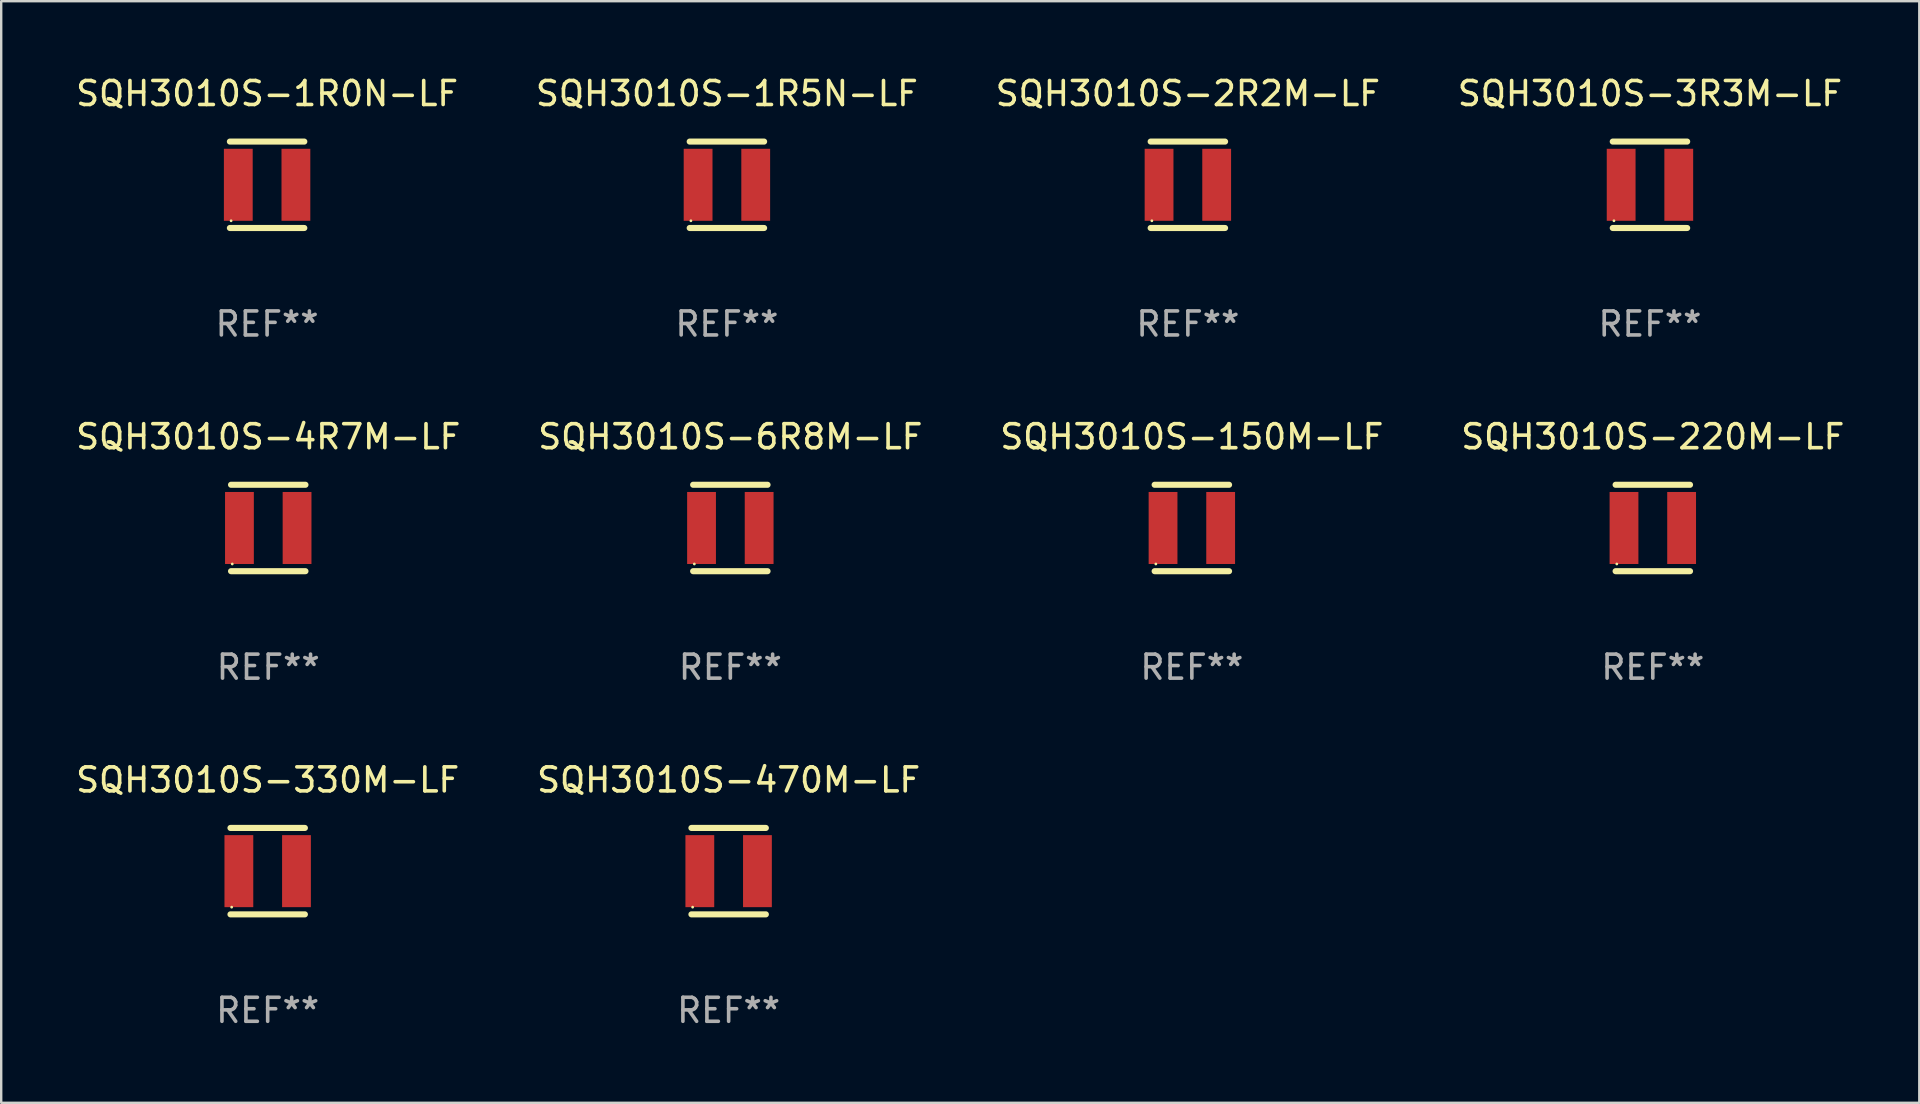
<source format=kicad_pcb>
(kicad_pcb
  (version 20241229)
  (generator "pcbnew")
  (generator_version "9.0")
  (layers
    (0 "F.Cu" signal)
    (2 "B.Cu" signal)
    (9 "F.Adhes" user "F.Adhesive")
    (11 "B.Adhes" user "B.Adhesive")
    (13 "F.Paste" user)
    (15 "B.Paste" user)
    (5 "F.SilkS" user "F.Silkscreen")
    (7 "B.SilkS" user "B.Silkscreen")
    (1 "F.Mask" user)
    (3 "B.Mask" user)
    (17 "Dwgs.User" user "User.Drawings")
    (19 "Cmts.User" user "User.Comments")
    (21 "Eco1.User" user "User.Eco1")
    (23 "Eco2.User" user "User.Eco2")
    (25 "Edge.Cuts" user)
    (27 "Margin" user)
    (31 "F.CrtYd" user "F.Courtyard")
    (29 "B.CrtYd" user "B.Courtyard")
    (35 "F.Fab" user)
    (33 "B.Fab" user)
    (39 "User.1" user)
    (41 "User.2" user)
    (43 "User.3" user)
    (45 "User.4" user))
  (footprint "SQH3010S-6R8M-LF"
    (layer "F.Cu")
    (at 27.375 18.945)
    (property "Reference" "SQH3010S-6R8M-LF" (at 0 -3.8 0) (layer "F.SilkS") (effects (font (size 1 1) (thickness 0.15))))
    (attr through_hole)
    (fp_line (start -1.55 -1.8) (end 1.55 -1.8) (stroke (width 0.254) (type solid)) (layer "F.SilkS"))
    (fp_line (start -1.55 1.8) (end 1.55 1.8) (stroke (width 0.254) (type solid)) (layer "F.SilkS"))
    (fp_circle (center -1.5 1.5) (end -1.47 1.5) (stroke (width 0.06) (type solid)) (fill no) (layer "F.SilkS"))
    (fp_text user "REF**" (at 0 5.8 0) (layer "F.Fab") (effects (font (size 1 1) (thickness 0.15))))
    (pad "1" smd rect (at -1.2 0 90) (size 3 1.2) (layers "F.Cu" "F.Mask" "F.Paste"))
    (pad "2" smd rect (at 1.2 0 90) (size 3 1.2) (layers "F.Cu" "F.Mask" "F.Paste")))
  (footprint "SQH3010S-220M-LF"
    (layer "F.Cu")
    (at 65.804 18.945)
    (property "Reference" "SQH3010S-220M-LF" (at 0 -3.8 0) (layer "F.SilkS") (effects (font (size 1 1) (thickness 0.15))))
    (attr through_hole)
    (fp_line (start -1.55 -1.8) (end 1.55 -1.8) (stroke (width 0.254) (type solid)) (layer "F.SilkS"))
    (fp_line (start -1.55 1.8) (end 1.55 1.8) (stroke (width 0.254) (type solid)) (layer "F.SilkS"))
    (fp_circle (center -1.5 1.5) (end -1.47 1.5) (stroke (width 0.06) (type solid)) (fill no) (layer "F.SilkS"))
    (fp_text user "REF**" (at 0 5.8 0) (layer "F.Fab") (effects (font (size 1 1) (thickness 0.15))))
    (pad "1" smd rect (at -1.2 0 90) (size 3 1.2) (layers "F.Cu" "F.Mask" "F.Paste"))
    (pad "2" smd rect (at 1.2 0 90) (size 3 1.2) (layers "F.Cu" "F.Mask" "F.Paste")))
  (footprint "SQH3010S-470M-LF"
    (layer "F.Cu")
    (at 27.304 33.241)
    (property "Reference" "SQH3010S-470M-LF" (at 0 -3.8 0) (layer "F.SilkS") (effects (font (size 1 1) (thickness 0.15))))
    (attr through_hole)
    (fp_line (start -1.55 -1.8) (end 1.55 -1.8) (stroke (width 0.254) (type solid)) (layer "F.SilkS"))
    (fp_line (start -1.55 1.8) (end 1.55 1.8) (stroke (width 0.254) (type solid)) (layer "F.SilkS"))
    (fp_circle (center -1.5 1.5) (end -1.47 1.5) (stroke (width 0.06) (type solid)) (fill no) (layer "F.SilkS"))
    (fp_text user "REF**" (at 0 5.8 0) (layer "F.Fab") (effects (font (size 1 1) (thickness 0.15))))
    (pad "1" smd rect (at -1.2 0 90) (size 3 1.2) (layers "F.Cu" "F.Mask" "F.Paste"))
    (pad "2" smd rect (at 1.2 0 90) (size 3 1.2) (layers "F.Cu" "F.Mask" "F.Paste")))
  (footprint "SQH3010S-1R0N-LF"
    (layer "F.Cu")
    (at 8.077 4.648)
    (property "Reference" "SQH3010S-1R0N-LF" (at 0 -3.8 0) (layer "F.SilkS") (effects (font (size 1 1) (thickness 0.15))))
    (attr through_hole)
    (fp_line (start -1.55 -1.8) (end 1.55 -1.8) (stroke (width 0.254) (type solid)) (layer "F.SilkS"))
    (fp_line (start -1.55 1.8) (end 1.55 1.8) (stroke (width 0.254) (type solid)) (layer "F.SilkS"))
    (fp_circle (center -1.5 1.5) (end -1.47 1.5) (stroke (width 0.06) (type solid)) (fill no) (layer "F.SilkS"))
    (fp_text user "REF**" (at 0 5.8 0) (layer "F.Fab") (effects (font (size 1 1) (thickness 0.15))))
    (pad "1" smd rect (at -1.2 0 90) (size 3 1.2) (layers "F.Cu" "F.Mask" "F.Paste"))
    (pad "2" smd rect (at 1.2 0 90) (size 3 1.2) (layers "F.Cu" "F.Mask" "F.Paste")))
  (footprint "SQH3010S-2R2M-LF"
    (layer "F.Cu")
    (at 46.435 4.648)
    (property "Reference" "SQH3010S-2R2M-LF" (at 0 -3.8 0) (layer "F.SilkS") (effects (font (size 1 1) (thickness 0.15))))
    (attr through_hole)
    (fp_line (start -1.55 -1.8) (end 1.55 -1.8) (stroke (width 0.254) (type solid)) (layer "F.SilkS"))
    (fp_line (start -1.55 1.8) (end 1.55 1.8) (stroke (width 0.254) (type solid)) (layer "F.SilkS"))
    (fp_circle (center -1.5 1.5) (end -1.47 1.5) (stroke (width 0.06) (type solid)) (fill no) (layer "F.SilkS"))
    (fp_text user "REF**" (at 0 5.8 0) (layer "F.Fab") (effects (font (size 1 1) (thickness 0.15))))
    (pad "1" smd rect (at -1.2 0 90) (size 3 1.2) (layers "F.Cu" "F.Mask" "F.Paste"))
    (pad "2" smd rect (at 1.2 0 90) (size 3 1.2) (layers "F.Cu" "F.Mask" "F.Paste")))
  (footprint "SQH3010S-1R5N-LF"
    (layer "F.Cu")
    (at 27.232 4.648)
    (property "Reference" "SQH3010S-1R5N-LF" (at 0 -3.8 0) (layer "F.SilkS") (effects (font (size 1 1) (thickness 0.15))))
    (attr through_hole)
    (fp_line (start -1.55 -1.8) (end 1.55 -1.8) (stroke (width 0.254) (type solid)) (layer "F.SilkS"))
    (fp_line (start -1.55 1.8) (end 1.55 1.8) (stroke (width 0.254) (type solid)) (layer "F.SilkS"))
    (fp_circle (center -1.5 1.5) (end -1.47 1.5) (stroke (width 0.06) (type solid)) (fill no) (layer "F.SilkS"))
    (fp_text user "REF**" (at 0 5.8 0) (layer "F.Fab") (effects (font (size 1 1) (thickness 0.15))))
    (pad "1" smd rect (at -1.2 0 90) (size 3 1.2) (layers "F.Cu" "F.Mask" "F.Paste"))
    (pad "2" smd rect (at 1.2 0 90) (size 3 1.2) (layers "F.Cu" "F.Mask" "F.Paste")))
  (footprint "SQH3010S-3R3M-LF"
    (layer "F.Cu")
    (at 65.685 4.648)
    (property "Reference" "SQH3010S-3R3M-LF" (at 0 -3.8 0) (layer "F.SilkS") (effects (font (size 1 1) (thickness 0.15))))
    (attr through_hole)
    (fp_line (start -1.55 -1.8) (end 1.55 -1.8) (stroke (width 0.254) (type solid)) (layer "F.SilkS"))
    (fp_line (start -1.55 1.8) (end 1.55 1.8) (stroke (width 0.254) (type solid)) (layer "F.SilkS"))
    (fp_circle (center -1.5 1.5) (end -1.47 1.5) (stroke (width 0.06) (type solid)) (fill no) (layer "F.SilkS"))
    (fp_text user "REF**" (at 0 5.8 0) (layer "F.Fab") (effects (font (size 1 1) (thickness 0.15))))
    (pad "1" smd rect (at -1.2 0 90) (size 3 1.2) (layers "F.Cu" "F.Mask" "F.Paste"))
    (pad "2" smd rect (at 1.2 0 90) (size 3 1.2) (layers "F.Cu" "F.Mask" "F.Paste")))
  (footprint "SQH3010S-4R7M-LF"
    (layer "F.Cu")
    (at 8.125 18.945)
    (property "Reference" "SQH3010S-4R7M-LF" (at 0 -3.8 0) (layer "F.SilkS") (effects (font (size 1 1) (thickness 0.15))))
    (attr through_hole)
    (fp_line (start -1.55 -1.8) (end 1.55 -1.8) (stroke (width 0.254) (type solid)) (layer "F.SilkS"))
    (fp_line (start -1.55 1.8) (end 1.55 1.8) (stroke (width 0.254) (type solid)) (layer "F.SilkS"))
    (fp_circle (center -1.5 1.5) (end -1.47 1.5) (stroke (width 0.06) (type solid)) (fill no) (layer "F.SilkS"))
    (fp_text user "REF**" (at 0 5.8 0) (layer "F.Fab") (effects (font (size 1 1) (thickness 0.15))))
    (pad "1" smd rect (at -1.2 0 90) (size 3 1.2) (layers "F.Cu" "F.Mask" "F.Paste"))
    (pad "2" smd rect (at 1.2 0 90) (size 3 1.2) (layers "F.Cu" "F.Mask" "F.Paste")))
  (footprint "SQH3010S-150M-LF"
    (layer "F.Cu")
    (at 46.601 18.945)
    (property "Reference" "SQH3010S-150M-LF" (at 0 -3.8 0) (layer "F.SilkS") (effects (font (size 1 1) (thickness 0.15))))
    (attr through_hole)
    (fp_line (start -1.55 -1.8) (end 1.55 -1.8) (stroke (width 0.254) (type solid)) (layer "F.SilkS"))
    (fp_line (start -1.55 1.8) (end 1.55 1.8) (stroke (width 0.254) (type solid)) (layer "F.SilkS"))
    (fp_circle (center -1.5 1.5) (end -1.47 1.5) (stroke (width 0.06) (type solid)) (fill no) (layer "F.SilkS"))
    (fp_text user "REF**" (at 0 5.8 0) (layer "F.Fab") (effects (font (size 1 1) (thickness 0.15))))
    (pad "1" smd rect (at -1.2 0 90) (size 3 1.2) (layers "F.Cu" "F.Mask" "F.Paste"))
    (pad "2" smd rect (at 1.2 0 90) (size 3 1.2) (layers "F.Cu" "F.Mask" "F.Paste")))
  (footprint "SQH3010S-330M-LF"
    (layer "F.Cu")
    (at 8.101 33.241)
    (property "Reference" "SQH3010S-330M-LF" (at 0 -3.8 0) (layer "F.SilkS") (effects (font (size 1 1) (thickness 0.15))))
    (attr through_hole)
    (fp_line (start -1.55 -1.8) (end 1.55 -1.8) (stroke (width 0.254) (type solid)) (layer "F.SilkS"))
    (fp_line (start -1.55 1.8) (end 1.55 1.8) (stroke (width 0.254) (type solid)) (layer "F.SilkS"))
    (fp_circle (center -1.5 1.5) (end -1.47 1.5) (stroke (width 0.06) (type solid)) (fill no) (layer "F.SilkS"))
    (fp_text user "REF**" (at 0 5.8 0) (layer "F.Fab") (effects (font (size 1 1) (thickness 0.15))))
    (pad "1" smd rect (at -1.2 0 90) (size 3 1.2) (layers "F.Cu" "F.Mask" "F.Paste"))
    (pad "2" smd rect (at 1.2 0 90) (size 3 1.2) (layers "F.Cu" "F.Mask" "F.Paste")))
  (gr_rect
    (start -3 -3)
    (end 76.905 42.89)
    (stroke (width 0.1) (type default))
    (fill no)
    (layer "Edge.Cuts")))
</source>
